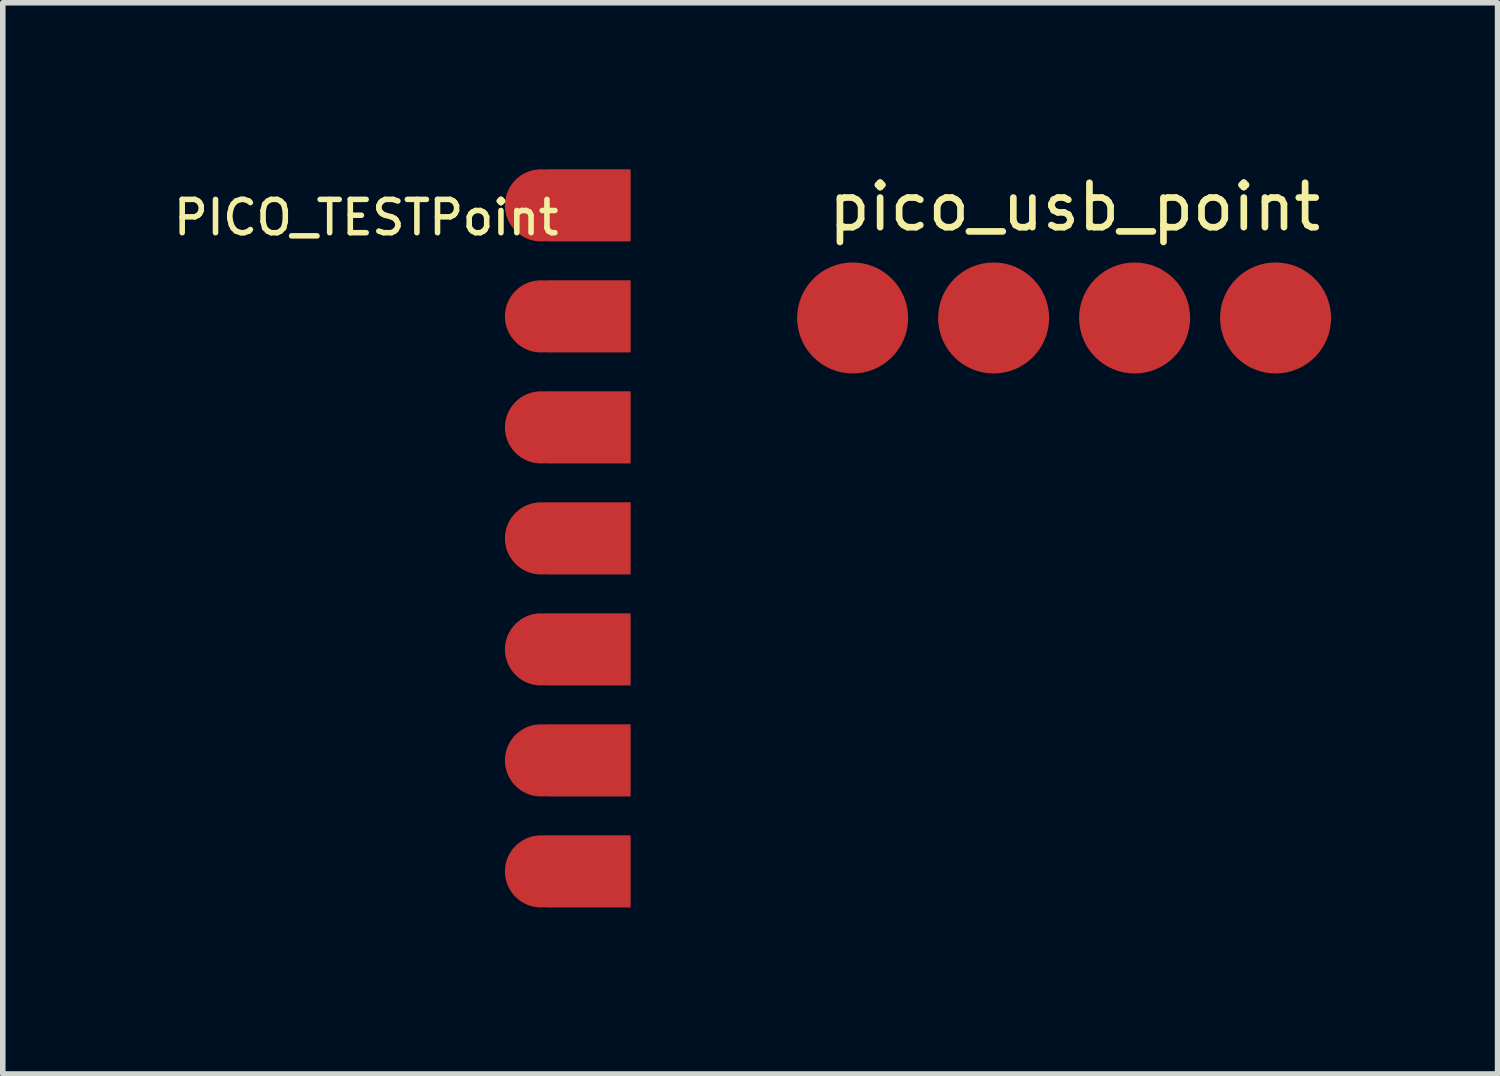
<source format=kicad_pcb>
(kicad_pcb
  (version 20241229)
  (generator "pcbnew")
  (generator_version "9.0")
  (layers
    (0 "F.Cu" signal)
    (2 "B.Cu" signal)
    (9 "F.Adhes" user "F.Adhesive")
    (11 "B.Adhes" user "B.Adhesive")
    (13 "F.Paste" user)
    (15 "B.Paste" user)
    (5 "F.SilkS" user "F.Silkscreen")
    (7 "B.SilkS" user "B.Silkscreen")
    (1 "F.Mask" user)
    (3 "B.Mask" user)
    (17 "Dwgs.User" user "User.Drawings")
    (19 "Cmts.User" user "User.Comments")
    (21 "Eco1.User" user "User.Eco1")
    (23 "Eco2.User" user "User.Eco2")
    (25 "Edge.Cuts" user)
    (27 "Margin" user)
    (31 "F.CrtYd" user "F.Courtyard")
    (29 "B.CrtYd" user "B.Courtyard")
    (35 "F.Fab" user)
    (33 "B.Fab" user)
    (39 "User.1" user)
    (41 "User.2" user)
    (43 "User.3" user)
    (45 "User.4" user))
  (footprint "pico_usb_point"
    (layer "F.Cu")
    (at 12.312 2.679)
    (property "Reference" "pico_usb_point" (at 4 -2 0) (unlocked yes) (layer "F.SilkS") (effects (font (size 0.8 0.8) (thickness 0.12))))
    (attr smd)
    (pad "1" smd circle (at 0 0) (size 2 2) (layers "F.Cu" "F.Mask" "F.Paste"))
    (pad "2" smd circle (at 2.54 0) (size 2 2) (layers "F.Cu" "F.Mask" "F.Paste"))
    (pad "3" smd circle (at 5.08 0) (size 2 2) (layers "F.Cu" "F.Mask" "F.Paste"))
    (pad "4" smd circle (at 7.62 0) (size 2 2) (layers "F.Cu" "F.Mask" "F.Paste")))
  (footprint "PICO_TESTPoint"
    (layer "F.Cu")
    (at 7.547 0.65)
    (property "Reference" "PICO_TESTPoint" (at -4 0.22 0) (unlocked yes) (layer "F.SilkS") (effects (font (size 0.6 0.6) (thickness 0.1))))
    (attr smd)
    (pad "1" smd oval (at -0.85 0 180) (size 1.3 1.3) (layers "F.Cu" "F.Mask" "F.Paste"))
    (pad "1" smd rect (at 0 0 180) (size 1.53 1.3) (layers "F.Cu" "F.Mask" "F.Paste"))
    (pad "2" smd oval (at -0.85 2 180) (size 1.3 1.3) (layers "F.Cu" "F.Mask" "F.Paste"))
    (pad "2" smd rect (at 0 2 180) (size 1.53 1.3) (layers "F.Cu" "F.Mask" "F.Paste"))
    (pad "3" smd oval (at -0.85 4 180) (size 1.3 1.3) (layers "F.Cu" "F.Mask" "F.Paste"))
    (pad "3" smd rect (at 0 4 180) (size 1.53 1.3) (layers "F.Cu" "F.Mask" "F.Paste"))
    (pad "4" smd oval (at -0.85 6 180) (size 1.3 1.3) (layers "F.Cu" "F.Mask" "F.Paste"))
    (pad "4" smd rect (at 0 6 180) (size 1.53 1.3) (layers "F.Cu" "F.Mask" "F.Paste"))
    (pad "5" smd oval (at -0.85 8 180) (size 1.3 1.3) (layers "F.Cu" "F.Mask" "F.Paste"))
    (pad "5" smd rect (at 0 8 180) (size 1.53 1.3) (layers "F.Cu" "F.Mask" "F.Paste"))
    (pad "6" smd oval (at -0.85 10 180) (size 1.3 1.3) (layers "F.Cu" "F.Mask" "F.Paste"))
    (pad "6" smd rect (at 0 10 180) (size 1.53 1.3) (layers "F.Cu" "F.Mask" "F.Paste"))
    (pad "7" smd oval (at -0.85 12 180) (size 1.3 1.3) (layers "F.Cu" "F.Mask" "F.Paste"))
    (pad "7" smd rect (at 0 12 180) (size 1.53 1.3) (layers "F.Cu" "F.Mask" "F.Paste")))
  (gr_rect
    (start -3 -3)
    (end 23.932 16.3)
    (stroke (width 0.1) (type default))
    (fill no)
    (layer "Edge.Cuts")))
</source>
